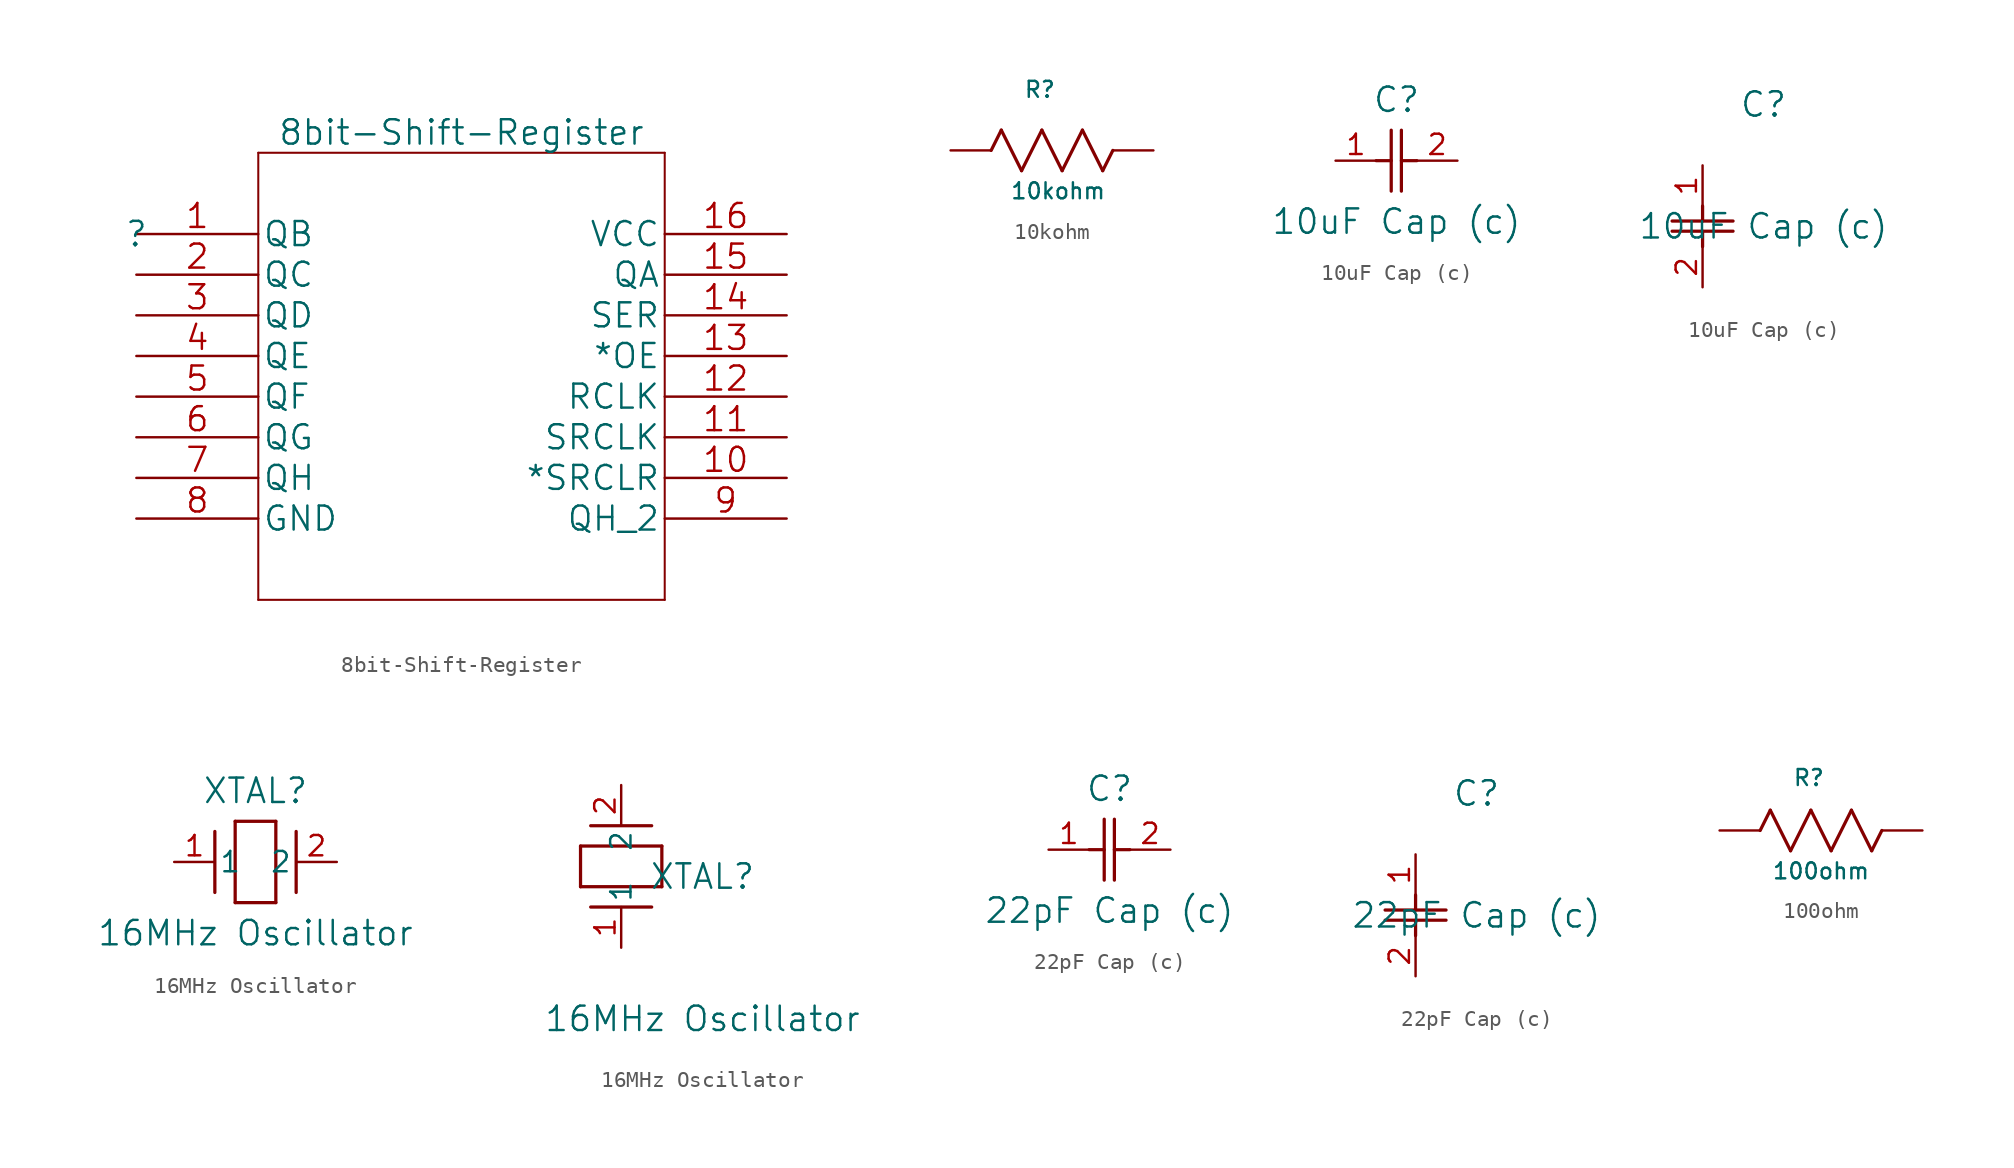
<source format=kicad_sym>
(kicad_symbol_lib
  (version 20231120)
  (generator "kicad_symbol_editor")
  (generator_version "8.0")
  (symbol "8bit-Shift-Register"
    (pin_names
      (offset 0.254))
    (property "Reference" ""
      (at 0 0 0)
      (effects (font (size 1.524 1.524))))
    (property "Value" "8bit-Shift-Register"
      (at 20.32 6.35 0)
      (effects (font (size 1.524 1.524))))
    (property "Datasheet" ""
      (at 0 0 0)
      (effects (font (size 1.524 1.524))))
    (symbol "8bit-Shift-Register_1_1"
      (polyline (pts (xy 7.62 -22.86) (xy 33.02 -22.86)) (stroke (width 0.127) (type solid)) (fill (type none)))
      (polyline (pts (xy 7.62 5.08) (xy 7.62 -22.86)) (stroke (width 0.127) (type solid)) (fill (type none)))
      (polyline (pts (xy 33.02 -22.86) (xy 33.02 5.08)) (stroke (width 0.127) (type solid)) (fill (type none)))
      (polyline (pts (xy 33.02 5.08) (xy 7.62 5.08)) (stroke (width 0.127) (type solid)) (fill (type none)))
      (pin output line (at 0 0 0) (length 7.62) (name "QB" (effects (font (size 1.499 1.499)))) (number "1" (effects (font (size 1.499 1.499)))))
      (pin input line (at 40.64 -15.24 180) (length 7.62) (name "*SRCLR" (effects (font (size 1.499 1.499)))) (number "10" (effects (font (size 1.499 1.499)))))
      (pin input line (at 40.64 -12.7 180) (length 7.62) (name "SRCLK" (effects (font (size 1.499 1.499)))) (number "11" (effects (font (size 1.499 1.499)))))
      (pin input line (at 40.64 -10.16 180) (length 7.62) (name "RCLK" (effects (font (size 1.499 1.499)))) (number "12" (effects (font (size 1.499 1.499)))))
      (pin input line (at 40.64 -7.62 180) (length 7.62) (name "*OE" (effects (font (size 1.499 1.499)))) (number "13" (effects (font (size 1.499 1.499)))))
      (pin input line (at 40.64 -5.08 180) (length 7.62) (name "SER" (effects (font (size 1.499 1.499)))) (number "14" (effects (font (size 1.499 1.499)))))
      (pin output line (at 40.64 -2.54 180) (length 7.62) (name "QA" (effects (font (size 1.499 1.499)))) (number "15" (effects (font (size 1.499 1.499)))))
      (pin power_in line (at 40.64 0 180) (length 7.62) (name "VCC" (effects (font (size 1.499 1.499)))) (number "16" (effects (font (size 1.499 1.499)))))
      (pin output line (at 0 -2.54 0) (length 7.62) (name "QC" (effects (font (size 1.499 1.499)))) (number "2" (effects (font (size 1.499 1.499)))))
      (pin output line (at 0 -5.08 0) (length 7.62) (name "QD" (effects (font (size 1.499 1.499)))) (number "3" (effects (font (size 1.499 1.499)))))
      (pin output line (at 0 -7.62 0) (length 7.62) (name "QE" (effects (font (size 1.499 1.499)))) (number "4" (effects (font (size 1.499 1.499)))))
      (pin output line (at 0 -10.16 0) (length 7.62) (name "QF" (effects (font (size 1.499 1.499)))) (number "5" (effects (font (size 1.499 1.499)))))
      (pin output line (at 0 -12.7 0) (length 7.62) (name "QG" (effects (font (size 1.499 1.499)))) (number "6" (effects (font (size 1.499 1.499)))))
      (pin output line (at 0 -15.24 0) (length 7.62) (name "QH" (effects (font (size 1.499 1.499)))) (number "7" (effects (font (size 1.499 1.499)))))
      (pin power_in line (at 0 -17.78 0) (length 7.62) (name "GND" (effects (font (size 1.499 1.499)))) (number "8" (effects (font (size 1.499 1.499)))))
      (pin output line (at 40.64 -17.78 180) (length 7.62) (name "QH_2" (effects (font (size 1.499 1.499)))) (number "9" (effects (font (size 1.499 1.499)))))))
  (symbol "10kohm"
    (pin_numbers hide)
    (pin_names
      (offset -2.54) hide)
    (property "Reference" "R"
      (at 5.588 3.81 0)
      (effects (font (size 1 1))))
    (property "Value" "10kohm"
      (at 6.731 -2.54 0)
      (effects (font (size 1 1))))
    (property "Datasheet" ""
      (at 0 0 0)
      (effects (font (size 1.524 1.524))))
    (symbol "10kohm_1_1"
      (polyline (pts (xy 2.54 0) (xy 3.175 1.27)) (stroke (width 0.203) (type solid)) (fill (type none)))
      (polyline (pts (xy 3.175 1.27) (xy 4.445 -1.27)) (stroke (width 0.203) (type solid)) (fill (type none)))
      (polyline (pts (xy 4.445 -1.27) (xy 5.715 1.27)) (stroke (width 0.203) (type solid)) (fill (type none)))
      (polyline (pts (xy 5.715 1.27) (xy 6.985 -1.27)) (stroke (width 0.203) (type solid)) (fill (type none)))
      (polyline (pts (xy 6.985 -1.27) (xy 8.255 1.27)) (stroke (width 0.203) (type solid)) (fill (type none)))
      (polyline (pts (xy 8.255 1.27) (xy 9.525 -1.27)) (stroke (width 0.203) (type solid)) (fill (type none)))
      (polyline (pts (xy 9.525 -1.27) (xy 10.16 0)) (stroke (width 0.203) (type solid)) (fill (type none)))
      (pin unspecified line (at 0 0 0) (length 2.54) (name "1" (effects (font (size 1.499 1.499)))) (number "1" (effects (font (size 1.499 1.499)))))
      (pin unspecified line (at 12.7 0 180) (length 2.54) (name "2" (effects (font (size 1.499 1.499)))) (number "2" (effects (font (size 1.499 1.499)))))))
  (symbol "10uF Cap (c)"
    (pin_names
      (offset 0.254))
    (property "Reference" "C"
      (at 3.81 3.81 0)
      (effects (font (size 1.524 1.524))))
    (property "Value" "10uF Cap (c)"
      (at 3.81 -3.81 0)
      (effects (font (size 1.524 1.524))))
    (property "ki_locked" ""
      (at 0 0 0)
      (effects (font (size 1.27 1.27))))
    (symbol "10uF Cap (c)_1_1"
      (polyline (pts (xy 2.54 0) (xy 3.48 0)) (stroke (width 0.203) (type default)) (fill (type none)))
      (polyline (pts (xy 3.48 -1.905) (xy 3.48 1.905)) (stroke (width 0.203) (type default)) (fill (type none)))
      (polyline (pts (xy 4.115 -1.905) (xy 4.115 1.905)) (stroke (width 0.203) (type default)) (fill (type none)))
      (polyline (pts (xy 4.115 0) (xy 5.08 0)) (stroke (width 0.203) (type default)) (fill (type none)))
      (pin unspecified line (at 0 0 0) (length 2.54) (name "" (effects (font (size 1.27 1.27)))) (number "1" (effects (font (size 1.27 1.27)))))
      (pin unspecified line (at 7.62 0 180) (length 2.54) (name "" (effects (font (size 1.27 1.27)))) (number "2" (effects (font (size 1.27 1.27))))))
    (symbol "10uF Cap (c)_1_2"
      (polyline (pts (xy -1.905 -4.115) (xy 1.905 -4.115)) (stroke (width 0.203) (type default)) (fill (type none)))
      (polyline (pts (xy -1.905 -3.48) (xy 1.905 -3.48)) (stroke (width 0.203) (type default)) (fill (type none)))
      (polyline (pts (xy 0 -4.115) (xy 0 -5.08)) (stroke (width 0.203) (type default)) (fill (type none)))
      (polyline (pts (xy 0 -2.54) (xy 0 -3.48)) (stroke (width 0.203) (type default)) (fill (type none)))
      (pin unspecified line (at 0 0 270) (length 2.54) (name "" (effects (font (size 1.27 1.27)))) (number "1" (effects (font (size 1.27 1.27)))))
      (pin unspecified line (at 0 -7.62 90) (length 2.54) (name "" (effects (font (size 1.27 1.27)))) (number "2" (effects (font (size 1.27 1.27)))))))
  (symbol "16MHz Oscillator"
    (pin_names
      (offset 0.254))
    (property "Reference" "XTAL"
      (at 5.08 4.445 0)
      (effects (font (size 1.524 1.524))))
    (property "Value" "16MHz Oscillator"
      (at 5.08 -4.445 0)
      (effects (font (size 1.524 1.524))))
    (symbol "16MHz Oscillator_1_1"
      (polyline (pts (xy 2.54 -1.905) (xy 2.54 1.905)) (stroke (width 0.203) (type default)) (fill (type none)))
      (polyline (pts (xy 3.81 -2.54) (xy 3.81 2.54)) (stroke (width 0.203) (type default)) (fill (type none)))
      (polyline (pts (xy 3.81 2.54) (xy 6.35 2.54)) (stroke (width 0.203) (type default)) (fill (type none)))
      (polyline (pts (xy 6.35 -2.54) (xy 3.81 -2.54)) (stroke (width 0.203) (type default)) (fill (type none)))
      (polyline (pts (xy 6.35 2.54) (xy 6.35 -2.54)) (stroke (width 0.203) (type default)) (fill (type none)))
      (polyline (pts (xy 7.62 -1.905) (xy 7.62 1.905)) (stroke (width 0.203) (type default)) (fill (type none)))
      (pin unspecified line (at 0 0 0) (length 2.54) (name "1" (effects (font (size 1.27 1.27)))) (number "1" (effects (font (size 1.27 1.27)))))
      (pin unspecified line (at 10.16 0 180) (length 2.54) (name "2" (effects (font (size 1.27 1.27)))) (number "2" (effects (font (size 1.27 1.27))))))
    (symbol "16MHz Oscillator_1_2"
      (polyline (pts (xy -2.54 3.81) (xy -2.54 6.35)) (stroke (width 0.203) (type default)) (fill (type none)))
      (polyline (pts (xy -2.54 6.35) (xy 2.54 6.35)) (stroke (width 0.203) (type default)) (fill (type none)))
      (polyline (pts (xy 1.905 2.54) (xy -1.905 2.54)) (stroke (width 0.203) (type default)) (fill (type none)))
      (polyline (pts (xy 1.905 7.62) (xy -1.905 7.62)) (stroke (width 0.203) (type default)) (fill (type none)))
      (polyline (pts (xy 2.54 3.81) (xy -2.54 3.81)) (stroke (width 0.203) (type default)) (fill (type none)))
      (polyline (pts (xy 2.54 6.35) (xy 2.54 3.81)) (stroke (width 0.203) (type default)) (fill (type none)))
      (pin unspecified line (at 0 0 90) (length 2.54) (name "1" (effects (font (size 1.27 1.27)))) (number "1" (effects (font (size 1.27 1.27)))))
      (pin unspecified line (at 0 10.16 270) (length 2.54) (name "2" (effects (font (size 1.27 1.27)))) (number "2" (effects (font (size 1.27 1.27)))))))
  (symbol "22pF Cap (c)"
    (pin_names
      (offset 0.254))
    (property "Reference" "C"
      (at 3.81 3.81 0)
      (effects (font (size 1.524 1.524))))
    (property "Value" "22pF Cap (c)"
      (at 3.81 -3.81 0)
      (effects (font (size 1.524 1.524))))
    (symbol "22pF Cap (c)_1_1"
      (polyline (pts (xy 2.54 0) (xy 3.48 0)) (stroke (width 0.203) (type default)) (fill (type none)))
      (polyline (pts (xy 3.48 -1.905) (xy 3.48 1.905)) (stroke (width 0.203) (type default)) (fill (type none)))
      (polyline (pts (xy 4.115 -1.905) (xy 4.115 1.905)) (stroke (width 0.203) (type default)) (fill (type none)))
      (polyline (pts (xy 4.115 0) (xy 5.08 0)) (stroke (width 0.203) (type default)) (fill (type none)))
      (pin unspecified line (at 0 0 0) (length 2.54) (name "" (effects (font (size 1.27 1.27)))) (number "1" (effects (font (size 1.27 1.27)))))
      (pin unspecified line (at 7.62 0 180) (length 2.54) (name "" (effects (font (size 1.27 1.27)))) (number "2" (effects (font (size 1.27 1.27))))))
    (symbol "22pF Cap (c)_1_2"
      (polyline (pts (xy -1.905 -4.115) (xy 1.905 -4.115)) (stroke (width 0.203) (type default)) (fill (type none)))
      (polyline (pts (xy -1.905 -3.48) (xy 1.905 -3.48)) (stroke (width 0.203) (type default)) (fill (type none)))
      (polyline (pts (xy 0 -4.115) (xy 0 -5.08)) (stroke (width 0.203) (type default)) (fill (type none)))
      (polyline (pts (xy 0 -2.54) (xy 0 -3.48)) (stroke (width 0.203) (type default)) (fill (type none)))
      (pin unspecified line (at 0 0 270) (length 2.54) (name "" (effects (font (size 1.27 1.27)))) (number "1" (effects (font (size 1.27 1.27)))))
      (pin unspecified line (at 0 -7.62 90) (length 2.54) (name "" (effects (font (size 1.27 1.27)))) (number "2" (effects (font (size 1.27 1.27)))))))
  (symbol "100ohm"
    (pin_numbers hide)
    (pin_names
      (offset -2.54) hide)
    (property "Reference" "R"
      (at 5.588 3.302 0)
      (effects (font (size 1 1))))
    (property "Value" "100ohm"
      (at 6.35 -2.54 0)
      (effects (font (size 1 1))))
    (property "Datasheet" ""
      (at 0 0 0)
      (effects (font (size 1.524 1.524))))
    (symbol "100ohm_1_1"
      (polyline (pts (xy 2.54 0) (xy 3.175 1.27)) (stroke (width 0.203) (type solid)) (fill (type none)))
      (polyline (pts (xy 3.175 1.27) (xy 4.445 -1.27)) (stroke (width 0.203) (type solid)) (fill (type none)))
      (polyline (pts (xy 4.445 -1.27) (xy 5.715 1.27)) (stroke (width 0.203) (type solid)) (fill (type none)))
      (polyline (pts (xy 5.715 1.27) (xy 6.985 -1.27)) (stroke (width 0.203) (type solid)) (fill (type none)))
      (polyline (pts (xy 6.985 -1.27) (xy 8.255 1.27)) (stroke (width 0.203) (type solid)) (fill (type none)))
      (polyline (pts (xy 8.255 1.27) (xy 9.525 -1.27)) (stroke (width 0.203) (type solid)) (fill (type none)))
      (polyline (pts (xy 9.525 -1.27) (xy 10.16 0)) (stroke (width 0.203) (type solid)) (fill (type none)))
      (pin unspecified line (at 0 0 0) (length 2.54) (name "1" (effects (font (size 1.499 1.499)))) (number "1" (effects (font (size 1.499 1.499)))))
      (pin unspecified line (at 12.7 0 180) (length 2.54) (name "2" (effects (font (size 1.499 1.499)))) (number "2" (effects (font (size 1.499 1.499))))))))
</source>
